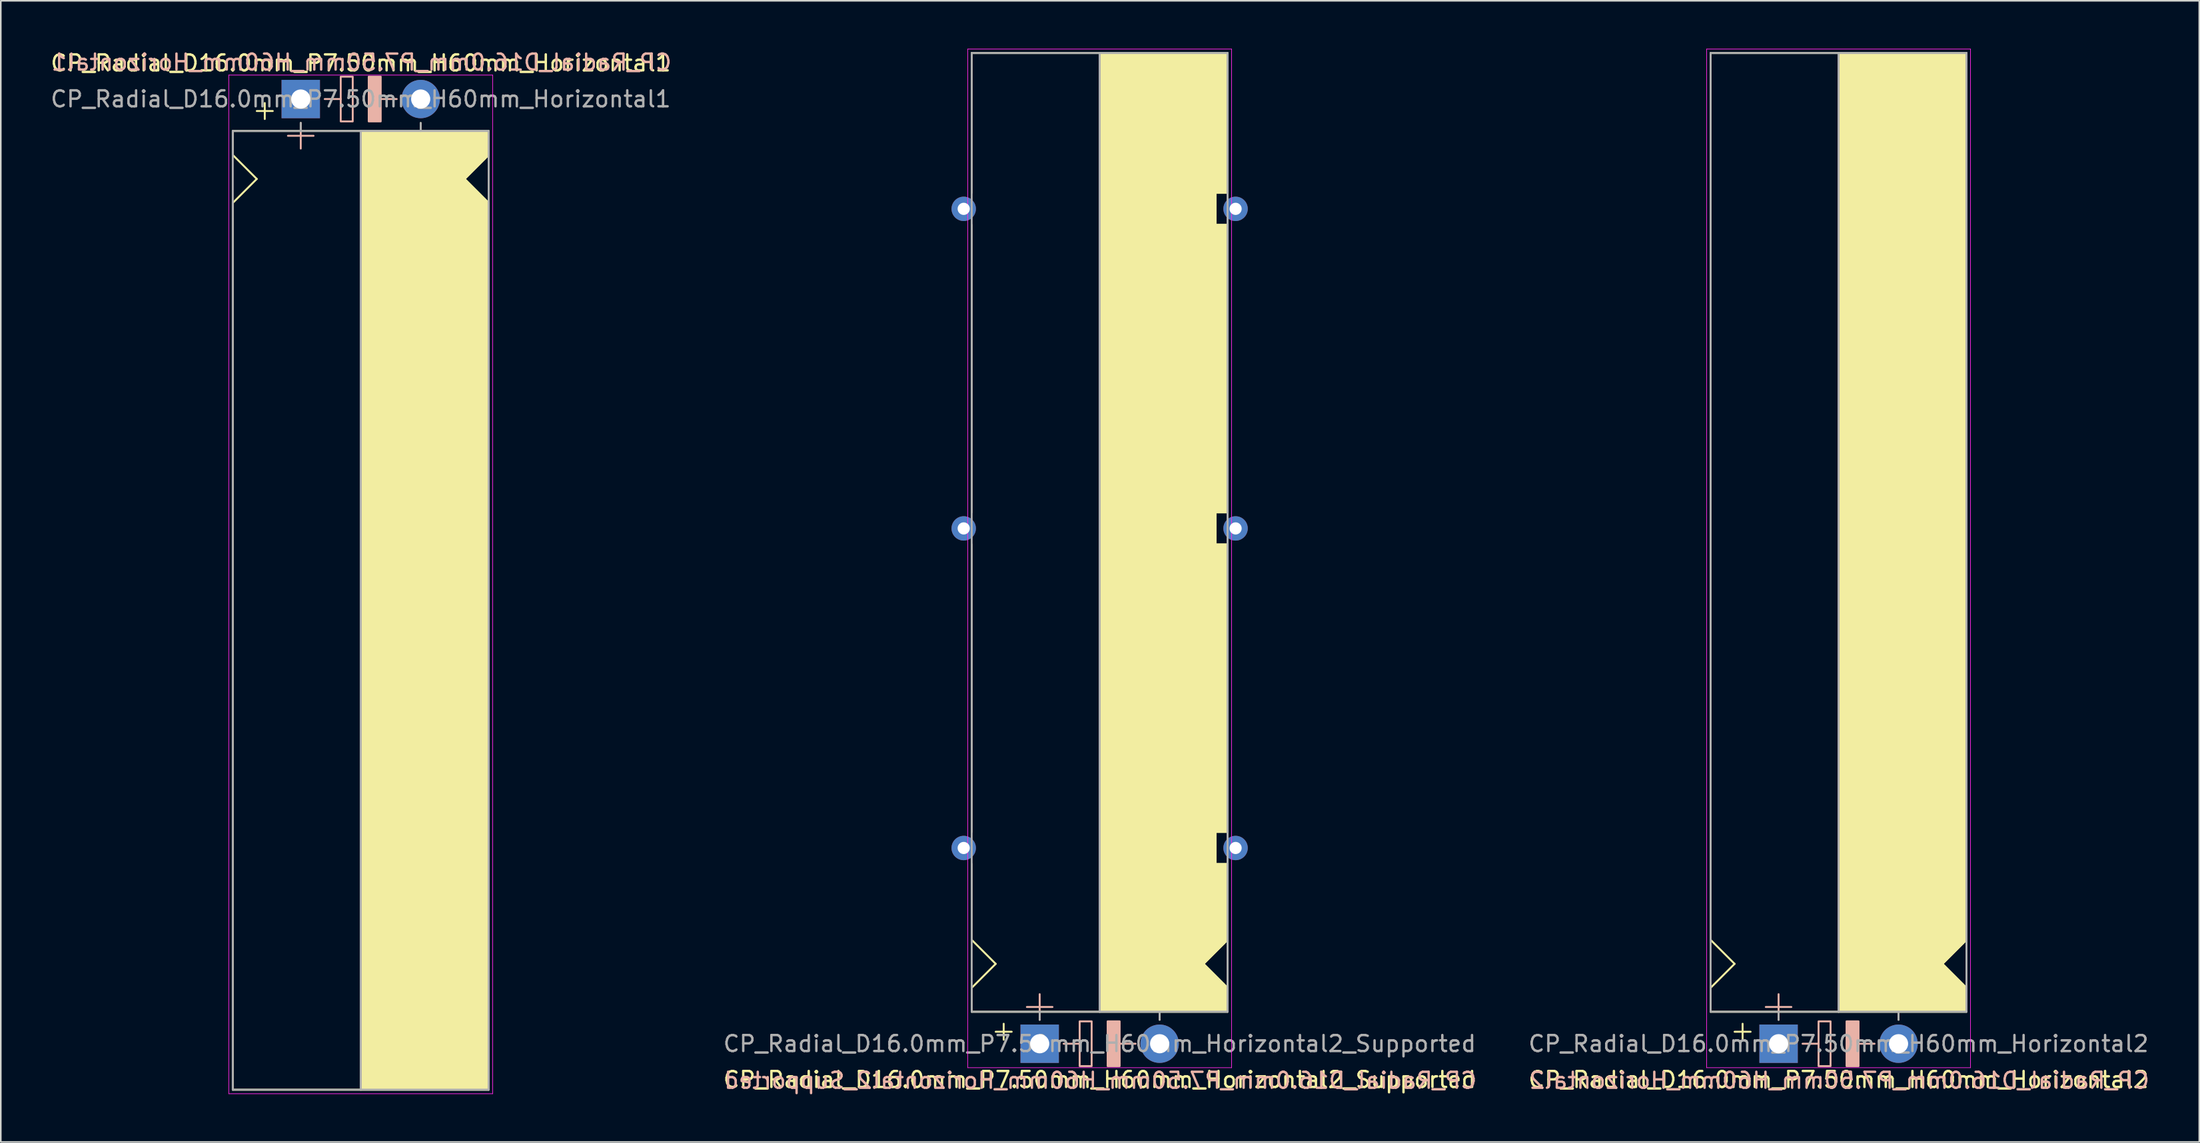
<source format=kicad_pcb>
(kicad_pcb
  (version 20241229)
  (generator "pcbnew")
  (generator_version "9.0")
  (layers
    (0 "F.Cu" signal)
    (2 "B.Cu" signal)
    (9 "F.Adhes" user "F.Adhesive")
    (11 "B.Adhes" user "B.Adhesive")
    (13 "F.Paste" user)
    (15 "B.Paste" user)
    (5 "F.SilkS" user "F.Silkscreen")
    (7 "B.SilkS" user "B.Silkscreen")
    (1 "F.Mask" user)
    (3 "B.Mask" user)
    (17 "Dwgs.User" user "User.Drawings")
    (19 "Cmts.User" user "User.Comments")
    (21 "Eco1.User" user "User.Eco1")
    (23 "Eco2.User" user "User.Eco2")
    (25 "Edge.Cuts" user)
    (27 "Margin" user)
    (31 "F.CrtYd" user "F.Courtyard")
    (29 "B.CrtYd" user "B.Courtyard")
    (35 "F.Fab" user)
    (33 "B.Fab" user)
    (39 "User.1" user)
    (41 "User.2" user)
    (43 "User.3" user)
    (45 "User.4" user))
  (footprint "CP_Radial_D16.0mm_P7.50mm_H60mm_Horizontal2_Supported"
    (layer "F.Cu")
    (at 61.961 62.27)
    (property "Reference" "CP_Radial_D16.0mm_P7.50mm_H60mm_Horizontal2_Supported" (at 3.75 2.25 0) (layer "F.SilkS") (effects (font (size 1 1) (thickness 0.15))))
    (fp_line (start -4.25 -53.25) (end -4.25 -62) (stroke (width 0.12) (type solid)) (layer "F.SilkS"))
    (fp_line (start -4.25 -33.25) (end -4.25 -51.25) (stroke (width 0.12) (type solid)) (layer "F.SilkS"))
    (fp_line (start -4.25 -31.25) (end -4.25 -13.25) (stroke (width 0.12) (type solid)) (layer "F.SilkS"))
    (fp_line (start -4.25 -7.5) (end -4.25 -11.25) (stroke (width 0.12) (type solid)) (layer "F.SilkS"))
    (fp_line (start -4.25 -6.5) (end -4.25 -7.5) (stroke (width 0.12) (type solid)) (layer "F.SilkS"))
    (fp_line (start -4.25 -3.5) (end -2.75 -5) (stroke (width 0.12) (type solid)) (layer "F.SilkS"))
    (fp_line (start -4.25 -2) (end -4.25 -3.5) (stroke (width 0.12) (type solid)) (layer "F.SilkS"))
    (fp_line (start -2.75 -5) (end -4.25 -6.5) (stroke (width 0.12) (type solid)) (layer "F.SilkS"))
    (fp_line (start -2.25 -1.25) (end -2.25 -0.25) (stroke (width 0.12) (type solid)) (layer "F.SilkS"))
    (fp_line (start -1.75 -0.75) (end -2.75 -0.75) (stroke (width 0.12) (type solid)) (layer "F.SilkS"))
    (fp_line (start 0 -1.5) (end 0 -2) (stroke (width 0.12) (type solid)) (layer "F.SilkS"))
    (fp_line (start 3.75 -2) (end -4.25 -2) (stroke (width 0.12) (type solid)) (layer "F.SilkS"))
    (fp_line (start 3.75 -2) (end 3.75 -62) (stroke (width 0.12) (type solid)) (layer "F.SilkS"))
    (fp_line (start 3.75 -2) (end 11.75 -2) (stroke (width 0.12) (type solid)) (layer "F.SilkS"))
    (fp_line (start 7.5 -1.5) (end 7.5 -2) (stroke (width 0.12) (type solid)) (layer "F.SilkS"))
    (fp_line (start 10.25 -5) (end 11.75 -6.5) (stroke (width 0.12) (type solid)) (layer "F.SilkS"))
    (fp_line (start 11 -53.25) (end 11 -51.25) (stroke (width 0.12) (type solid)) (layer "F.SilkS"))
    (fp_line (start 11 -51.25) (end 11.75 -51.25) (stroke (width 0.12) (type solid)) (layer "F.SilkS"))
    (fp_line (start 11 -33.25) (end 11 -31.25) (stroke (width 0.12) (type solid)) (layer "F.SilkS"))
    (fp_line (start 11 -31.25) (end 11.75 -31.25) (stroke (width 0.12) (type solid)) (layer "F.SilkS"))
    (fp_line (start 11 -13.25) (end 11 -11.25) (stroke (width 0.12) (type solid)) (layer "F.SilkS"))
    (fp_line (start 11 -11.25) (end 11.75 -11.25) (stroke (width 0.12) (type solid)) (layer "F.SilkS"))
    (fp_line (start 11.75 -62) (end -4.25 -62) (stroke (width 0.12) (type solid)) (layer "F.SilkS"))
    (fp_line (start 11.75 -62) (end 11.75 -53.25) (stroke (width 0.12) (type solid)) (layer "F.SilkS"))
    (fp_line (start 11.75 -53.25) (end 11 -53.25) (stroke (width 0.12) (type solid)) (layer "F.SilkS"))
    (fp_line (start 11.75 -33.25) (end 11 -33.25) (stroke (width 0.12) (type solid)) (layer "F.SilkS"))
    (fp_line (start 11.75 -33.25) (end 11.75 -51.25) (stroke (width 0.12) (type solid)) (layer "F.SilkS"))
    (fp_line (start 11.75 -13.25) (end 11 -13.25) (stroke (width 0.12) (type solid)) (layer "F.SilkS"))
    (fp_line (start 11.75 -13.25) (end 11.75 -31.25) (stroke (width 0.12) (type solid)) (layer "F.SilkS"))
    (fp_line (start 11.75 -11.25) (end 11.75 -6.5) (stroke (width 0.12) (type solid)) (layer "F.SilkS"))
    (fp_line (start 11.75 -3.5) (end 10.25 -5) (stroke (width 0.12) (type solid)) (layer "F.SilkS"))
    (fp_line (start 11.75 -2) (end 11.75 -3.5) (stroke (width 0.12) (type solid)) (layer "F.SilkS"))
    (fp_poly (pts (xy 11.75 -3.5) (xy 10.25 -5) (xy 11.75 -6.5) (xy 11.75 -11.25) (xy 11 -11.25) (xy 11 -13.25) (xy 11.75 -13.25) (xy 11.75 -31.25) (xy 11 -31.25) (xy 11 -33.25) (xy 11.75 -33.25) (xy 11.75 -51.25) (xy 11 -51.25) (xy 11 -53.25) (xy 11.75 -53.25) (xy 11.75 -62) (xy 3.75 -62) (xy 3.75 -2) (xy 11.75 -2)) (stroke (width 0.1) (type solid)) (fill yes) (layer "F.SilkS"))
    (fp_line (start 0 -3.1) (end 0 -1.5) (stroke (width 0.12) (type solid)) (layer "B.SilkS"))
    (fp_line (start 0.8 -2.3) (end -0.8 -2.3) (stroke (width 0.12) (type solid)) (layer "B.SilkS"))
    (fp_line (start 2.5 0) (end 1.5 0) (stroke (width 0.12) (type solid)) (layer "B.SilkS"))
    (fp_line (start 6 0) (end 5 0) (stroke (width 0.12) (type solid)) (layer "B.SilkS"))
    (fp_rect (start 2.5 -1.4) (end 3.25 1.4) (stroke (width 0.12) (type solid)) (fill no) (layer "B.SilkS"))
    (fp_rect (start 4.25 -1.4) (end 5 1.4) (stroke (width 0.12) (type solid)) (fill yes) (layer "B.SilkS"))
    (fp_line (start -4.5 -62.25) (end -4.5 1.5) (stroke (width 0.04) (type solid)) (layer "F.CrtYd"))
    (fp_line (start -4.5 1.5) (end 12 1.5) (stroke (width 0.04) (type solid)) (layer "F.CrtYd"))
    (fp_line (start 12 -62.25) (end -4.5 -62.25) (stroke (width 0.04) (type solid)) (layer "F.CrtYd"))
    (fp_line (start 12 1.5) (end 12 -62.25) (stroke (width 0.04) (type solid)) (layer "F.CrtYd"))
    (fp_line (start -4.25 -62) (end 11.75 -62) (stroke (width 0.12) (type solid)) (layer "F.Fab"))
    (fp_line (start -4.25 -2) (end -4.25 -62) (stroke (width 0.12) (type solid)) (layer "F.Fab"))
    (fp_line (start 0 -2) (end -4.25 -2) (stroke (width 0.12) (type solid)) (layer "F.Fab"))
    (fp_line (start 0 -1.5) (end 0 -2) (stroke (width 0.12) (type solid)) (layer "F.Fab"))
    (fp_line (start 3.75 -2) (end 3.75 -62) (stroke (width 0.12) (type solid)) (layer "F.Fab"))
    (fp_line (start 7.5 -1.5) (end 7.5 -2) (stroke (width 0.12) (type solid)) (layer "F.Fab"))
    (fp_line (start 11.75 -62) (end 11.75 -2) (stroke (width 0.12) (type solid)) (layer "F.Fab"))
    (fp_line (start 11.75 -2) (end 0 -2) (stroke (width 0.12) (type solid)) (layer "F.Fab"))
    (fp_poly (pts (xy 11.75 -62) (xy 3.75 -62) (xy 3.75 -2) (xy 11.75 -2)) (stroke (width 0.1) (type solid)) (fill no) (layer "F.Fab"))
    (fp_text user "${REFERENCE}" (at 3.8 2.3 0) (layer "B.SilkS") (effects (font (size 1 1) (thickness 0.15)) (justify mirror)))
    (fp_text user "${REFERENCE}" (at 3.75 0 0) (layer "F.Fab") (effects (font (size 1 1) (thickness 0.15))))
    (pad "1" thru_hole rect (at 0 0) (size 2.4 2.4) (drill 1.2) (layers "*.Cu" "*.Mask"))
    (pad "2" thru_hole circle (at 7.5 0) (size 2.4 2.4) (drill 1.2) (layers "*.Cu" "*.Mask"))
    (pad "~" thru_hole circle (at -4.75 -52.25 180) (size 1.524 1.524) (drill 0.762) (layers "*.Cu" "*.Mask"))
    (pad "~" thru_hole circle (at -4.75 -32.25 180) (size 1.524 1.524) (drill 0.762) (layers "*.Cu" "*.Mask"))
    (pad "~" thru_hole circle (at -4.75 -12.25 180) (size 1.524 1.524) (drill 0.762) (layers "*.Cu" "*.Mask"))
    (pad "~" thru_hole circle (at 12.25 -52.25 180) (size 1.524 1.524) (drill 0.762) (layers "*.Cu" "*.Mask"))
    (pad "~" thru_hole circle (at 12.25 -32.25 180) (size 1.524 1.524) (drill 0.762) (layers "*.Cu" "*.Mask"))
    (pad "~" thru_hole circle (at 12.25 -12.25 180) (size 1.524 1.524) (drill 0.762) (layers "*.Cu" "*.Mask")))
  (footprint "CP_Radial_D16.0mm_P7.50mm_H60mm_Horizontal1"
    (layer "F.Cu")
    (at 15.756 3.148)
    (property "Reference" "CP_Radial_D16.0mm_P7.50mm_H60mm_Horizontal1" (at 3.75 -2.25 0) (layer "F.SilkS") (effects (font (size 1 1) (thickness 0.15))))
    (fp_line (start -4.25 2) (end -4.25 3.5) (stroke (width 0.12) (type solid)) (layer "F.SilkS"))
    (fp_line (start -4.25 3.5) (end -2.75 5) (stroke (width 0.12) (type solid)) (layer "F.SilkS"))
    (fp_line (start -4.25 6.5) (end -4.25 7.5) (stroke (width 0.12) (type solid)) (layer "F.SilkS"))
    (fp_line (start -4.25 7.5) (end -4.25 62) (stroke (width 0.12) (type solid)) (layer "F.SilkS"))
    (fp_line (start -2.75 5) (end -4.25 6.5) (stroke (width 0.12) (type solid)) (layer "F.SilkS"))
    (fp_line (start -2.25 0.25) (end -2.25 1.25) (stroke (width 0.12) (type solid)) (layer "F.SilkS"))
    (fp_line (start -1.75 0.75) (end -2.75 0.75) (stroke (width 0.12) (type solid)) (layer "F.SilkS"))
    (fp_line (start 0 1.5) (end 0 2) (stroke (width 0.12) (type solid)) (layer "F.SilkS"))
    (fp_line (start 3.75 2) (end -4.25 2) (stroke (width 0.12) (type solid)) (layer "F.SilkS"))
    (fp_line (start 3.75 2) (end 3.75 62) (stroke (width 0.12) (type solid)) (layer "F.SilkS"))
    (fp_line (start 3.75 2) (end 11.75 2) (stroke (width 0.12) (type solid)) (layer "F.SilkS"))
    (fp_line (start 7.5 1.5) (end 7.5 2) (stroke (width 0.12) (type solid)) (layer "F.SilkS"))
    (fp_line (start 10.25 5) (end 11.75 6.5) (stroke (width 0.12) (type solid)) (layer "F.SilkS"))
    (fp_line (start 11.75 2) (end 11.75 3.5) (stroke (width 0.12) (type solid)) (layer "F.SilkS"))
    (fp_line (start 11.75 3.5) (end 10.25 5) (stroke (width 0.12) (type solid)) (layer "F.SilkS"))
    (fp_line (start 11.75 62) (end -4.25 62) (stroke (width 0.12) (type solid)) (layer "F.SilkS"))
    (fp_line (start 11.75 62) (end 11.75 6.5) (stroke (width 0.12) (type solid)) (layer "F.SilkS"))
    (fp_poly (pts (xy 11.75 3.5) (xy 10.25 5) (xy 11.75 6.5) (xy 11.75 62) (xy 3.75 62) (xy 3.75 2) (xy 11.75 2)) (stroke (width 0.1) (type solid)) (fill yes) (layer "F.SilkS"))
    (fp_line (start 0 1.5) (end 0 3.1) (stroke (width 0.12) (type solid)) (layer "B.SilkS"))
    (fp_line (start 0.8 2.3) (end -0.8 2.3) (stroke (width 0.12) (type solid)) (layer "B.SilkS"))
    (fp_line (start 2.5 0) (end 1.5 0) (stroke (width 0.12) (type solid)) (layer "B.SilkS"))
    (fp_line (start 6 0) (end 5 0) (stroke (width 0.12) (type solid)) (layer "B.SilkS"))
    (fp_rect (start 2.5 -1.4) (end 3.25 1.4) (stroke (width 0.12) (type solid)) (fill no) (layer "B.SilkS"))
    (fp_rect (start 4.25 -1.4) (end 5 1.4) (stroke (width 0.12) (type solid)) (fill yes) (layer "B.SilkS"))
    (fp_line (start -4.5 -1.5) (end 12 -1.5) (stroke (width 0.04) (type solid)) (layer "F.CrtYd"))
    (fp_line (start -4.5 62.25) (end -4.5 -1.5) (stroke (width 0.04) (type solid)) (layer "F.CrtYd"))
    (fp_line (start 12 -1.5) (end 12 62.25) (stroke (width 0.04) (type solid)) (layer "F.CrtYd"))
    (fp_line (start 12 62.25) (end -4.5 62.25) (stroke (width 0.04) (type solid)) (layer "F.CrtYd"))
    (fp_line (start -4.25 2) (end -4.25 62) (stroke (width 0.12) (type solid)) (layer "F.Fab"))
    (fp_line (start -4.25 62) (end 11.75 62) (stroke (width 0.12) (type solid)) (layer "F.Fab"))
    (fp_line (start 0 1.5) (end 0 2) (stroke (width 0.12) (type solid)) (layer "F.Fab"))
    (fp_line (start 0 2) (end -4.25 2) (stroke (width 0.12) (type solid)) (layer "F.Fab"))
    (fp_line (start 3.75 2) (end 3.75 62) (stroke (width 0.12) (type solid)) (layer "F.Fab"))
    (fp_line (start 7.5 1.5) (end 7.5 2) (stroke (width 0.12) (type solid)) (layer "F.Fab"))
    (fp_line (start 11.75 2) (end 0 2) (stroke (width 0.12) (type solid)) (layer "F.Fab"))
    (fp_line (start 11.75 62) (end 11.75 2) (stroke (width 0.12) (type solid)) (layer "F.Fab"))
    (fp_poly (pts (xy 11.75 62) (xy 3.75 62) (xy 3.75 2) (xy 11.75 2)) (stroke (width 0.1) (type solid)) (fill no) (layer "F.Fab"))
    (fp_text user "${REFERENCE}" (at 3.8 -2.3 0) (layer "B.SilkS") (effects (font (size 1 1) (thickness 0.15)) (justify mirror)))
    (fp_text user "${REFERENCE}" (at 3.75 0 0) (layer "F.Fab") (effects (font (size 1 1) (thickness 0.15))))
    (pad "1" thru_hole rect (at 0 0) (size 2.4 2.4) (drill 1.2) (layers "*.Cu" "*.Mask"))
    (pad "2" thru_hole circle (at 7.5 0) (size 2.4 2.4) (drill 1.2) (layers "*.Cu" "*.Mask")))
  (footprint "CP_Radial_D16.0mm_P7.50mm_H60mm_Horizontal2"
    (layer "F.Cu")
    (at 108.165 62.27)
    (property "Reference" "CP_Radial_D16.0mm_P7.50mm_H60mm_Horizontal2" (at 3.75 2.25 0) (layer "F.SilkS") (effects (font (size 1 1) (thickness 0.15))))
    (fp_line (start -4.25 -7.5) (end -4.25 -62) (stroke (width 0.12) (type solid)) (layer "F.SilkS"))
    (fp_line (start -4.25 -6.5) (end -4.25 -7.5) (stroke (width 0.12) (type solid)) (layer "F.SilkS"))
    (fp_line (start -4.25 -3.5) (end -2.75 -5) (stroke (width 0.12) (type solid)) (layer "F.SilkS"))
    (fp_line (start -4.25 -2) (end -4.25 -3.5) (stroke (width 0.12) (type solid)) (layer "F.SilkS"))
    (fp_line (start -2.75 -5) (end -4.25 -6.5) (stroke (width 0.12) (type solid)) (layer "F.SilkS"))
    (fp_line (start -2.25 -1.25) (end -2.25 -0.25) (stroke (width 0.12) (type solid)) (layer "F.SilkS"))
    (fp_line (start -1.75 -0.75) (end -2.75 -0.75) (stroke (width 0.12) (type solid)) (layer "F.SilkS"))
    (fp_line (start 0 -1.5) (end 0 -2) (stroke (width 0.12) (type solid)) (layer "F.SilkS"))
    (fp_line (start 3.75 -2) (end -4.25 -2) (stroke (width 0.12) (type solid)) (layer "F.SilkS"))
    (fp_line (start 3.75 -2) (end 3.75 -62) (stroke (width 0.12) (type solid)) (layer "F.SilkS"))
    (fp_line (start 3.75 -2) (end 11.75 -2) (stroke (width 0.12) (type solid)) (layer "F.SilkS"))
    (fp_line (start 7.5 -1.5) (end 7.5 -2) (stroke (width 0.12) (type solid)) (layer "F.SilkS"))
    (fp_line (start 10.25 -5) (end 11.75 -6.5) (stroke (width 0.12) (type solid)) (layer "F.SilkS"))
    (fp_line (start 11.75 -62) (end -4.25 -62) (stroke (width 0.12) (type solid)) (layer "F.SilkS"))
    (fp_line (start 11.75 -62) (end 11.75 -6.5) (stroke (width 0.12) (type solid)) (layer "F.SilkS"))
    (fp_line (start 11.75 -3.5) (end 10.25 -5) (stroke (width 0.12) (type solid)) (layer "F.SilkS"))
    (fp_line (start 11.75 -2) (end 11.75 -3.5) (stroke (width 0.12) (type solid)) (layer "F.SilkS"))
    (fp_poly (pts (xy 11.75 -3.5) (xy 10.25 -5) (xy 11.75 -6.5) (xy 11.75 -62) (xy 3.75 -62) (xy 3.75 -2) (xy 11.75 -2)) (stroke (width 0.1) (type solid)) (fill yes) (layer "F.SilkS"))
    (fp_line (start 0 -3.1) (end 0 -1.5) (stroke (width 0.12) (type solid)) (layer "B.SilkS"))
    (fp_line (start 0.8 -2.3) (end -0.8 -2.3) (stroke (width 0.12) (type solid)) (layer "B.SilkS"))
    (fp_line (start 2.5 0) (end 1.5 0) (stroke (width 0.12) (type solid)) (layer "B.SilkS"))
    (fp_line (start 6 0) (end 5 0) (stroke (width 0.12) (type solid)) (layer "B.SilkS"))
    (fp_rect (start 2.5 -1.4) (end 3.25 1.4) (stroke (width 0.12) (type solid)) (fill no) (layer "B.SilkS"))
    (fp_rect (start 4.25 -1.4) (end 5 1.4) (stroke (width 0.12) (type solid)) (fill yes) (layer "B.SilkS"))
    (fp_line (start -4.5 -62.25) (end -4.5 1.5) (stroke (width 0.04) (type solid)) (layer "F.CrtYd"))
    (fp_line (start -4.5 1.5) (end 12 1.5) (stroke (width 0.04) (type solid)) (layer "F.CrtYd"))
    (fp_line (start 12 -62.25) (end -4.5 -62.25) (stroke (width 0.04) (type solid)) (layer "F.CrtYd"))
    (fp_line (start 12 1.5) (end 12 -62.25) (stroke (width 0.04) (type solid)) (layer "F.CrtYd"))
    (fp_line (start -4.25 -62) (end 11.75 -62) (stroke (width 0.12) (type solid)) (layer "F.Fab"))
    (fp_line (start -4.25 -2) (end -4.25 -62) (stroke (width 0.12) (type solid)) (layer "F.Fab"))
    (fp_line (start 0 -2) (end -4.25 -2) (stroke (width 0.12) (type solid)) (layer "F.Fab"))
    (fp_line (start 0 -1.5) (end 0 -2) (stroke (width 0.12) (type solid)) (layer "F.Fab"))
    (fp_line (start 3.75 -2) (end 3.75 -62) (stroke (width 0.12) (type solid)) (layer "F.Fab"))
    (fp_line (start 7.5 -1.5) (end 7.5 -2) (stroke (width 0.12) (type solid)) (layer "F.Fab"))
    (fp_line (start 11.75 -62) (end 11.75 -2) (stroke (width 0.12) (type solid)) (layer "F.Fab"))
    (fp_line (start 11.75 -2) (end 0 -2) (stroke (width 0.12) (type solid)) (layer "F.Fab"))
    (fp_poly (pts (xy 11.75 -62) (xy 3.75 -62) (xy 3.75 -2) (xy 11.75 -2)) (stroke (width 0.1) (type solid)) (fill no) (layer "F.Fab"))
    (fp_text user "${REFERENCE}" (at 3.8 2.3 0) (layer "B.SilkS") (effects (font (size 1 1) (thickness 0.15)) (justify mirror)))
    (fp_text user "${REFERENCE}" (at 3.75 0 0) (layer "F.Fab") (effects (font (size 1 1) (thickness 0.15))))
    (pad "1" thru_hole rect (at 0 0) (size 2.4 2.4) (drill 1.2) (layers "*.Cu" "*.Mask"))
    (pad "2" thru_hole circle (at 7.5 0) (size 2.4 2.4) (drill 1.2) (layers "*.Cu" "*.Mask")))
  (gr_rect
    (start -3 -3)
    (end 134.471 68.418)
    (stroke (width 0.1) (type default))
    (fill no)
    (layer "Edge.Cuts")))
</source>
